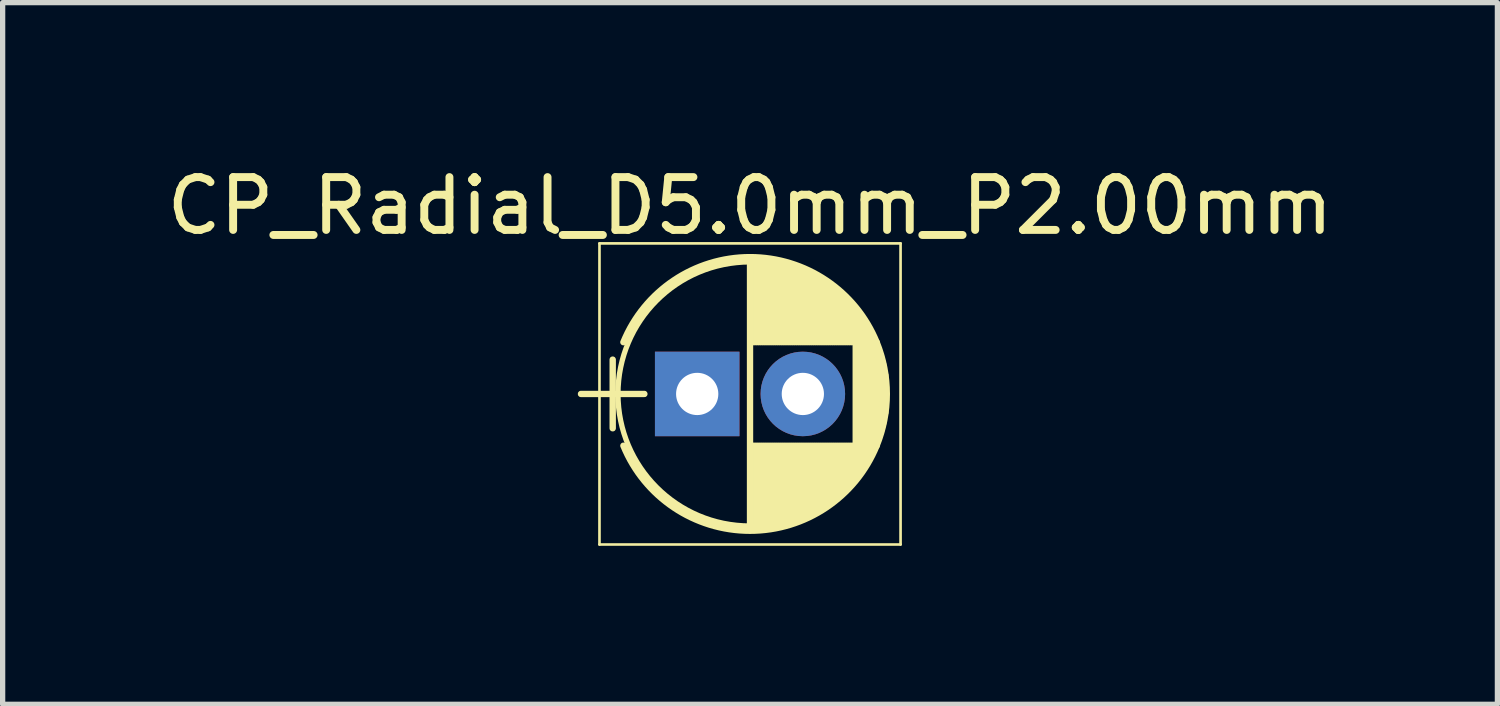
<source format=kicad_pcb>
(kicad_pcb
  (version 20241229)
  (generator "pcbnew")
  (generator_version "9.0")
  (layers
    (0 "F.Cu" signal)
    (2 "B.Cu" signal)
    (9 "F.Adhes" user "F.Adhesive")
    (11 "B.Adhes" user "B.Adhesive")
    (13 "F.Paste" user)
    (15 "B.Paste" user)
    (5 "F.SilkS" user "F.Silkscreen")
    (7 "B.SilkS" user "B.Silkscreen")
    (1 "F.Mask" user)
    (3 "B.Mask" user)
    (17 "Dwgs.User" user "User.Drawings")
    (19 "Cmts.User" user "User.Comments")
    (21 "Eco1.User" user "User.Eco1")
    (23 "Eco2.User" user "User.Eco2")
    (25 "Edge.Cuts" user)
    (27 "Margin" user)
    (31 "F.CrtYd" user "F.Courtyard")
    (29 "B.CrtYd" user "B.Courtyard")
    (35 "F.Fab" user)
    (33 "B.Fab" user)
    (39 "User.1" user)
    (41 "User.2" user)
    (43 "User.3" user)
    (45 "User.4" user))
  (footprint "CP_Radial_D5.0mm_P2.00mm"
    (layer "F.Cu")
    (at 10.149 4.408)
    (property "Reference" "CP_Radial_D5.0mm_P2.00mm" (at 1 -3.56 0) (layer "F.SilkS") (effects (font (size 1 1) (thickness 0.15))))
    (attr through_hole)
    (fp_line (start -2.2 0) (end -1 0) (stroke (width 0.1) (type solid)) (layer "F.SilkS"))
    (fp_line (start -2.2 0) (end -1 0) (stroke (width 0.12) (type solid)) (layer "F.SilkS"))
    (fp_line (start -1.85 -2.85) (end -1.85 2.85) (stroke (width 0.05) (type solid)) (layer "F.SilkS"))
    (fp_line (start -1.85 2.85) (end 3.85 2.85) (stroke (width 0.05) (type solid)) (layer "F.SilkS"))
    (fp_line (start -1.6 -0.65) (end -1.6 0.65) (stroke (width 0.1) (type solid)) (layer "F.SilkS"))
    (fp_line (start -1.6 -0.65) (end -1.6 0.65) (stroke (width 0.12) (type solid)) (layer "F.SilkS"))
    (fp_line (start 1 -2.55) (end 1 2.55) (stroke (width 0.12) (type solid)) (layer "F.SilkS"))
    (fp_line (start 1.04 -2.55) (end 1.04 -0.98) (stroke (width 0.12) (type solid)) (layer "F.SilkS"))
    (fp_line (start 1.04 0.98) (end 1.04 2.55) (stroke (width 0.12) (type solid)) (layer "F.SilkS"))
    (fp_line (start 1.08 -2.549) (end 1.08 -0.98) (stroke (width 0.12) (type solid)) (layer "F.SilkS"))
    (fp_line (start 1.08 0.98) (end 1.08 2.549) (stroke (width 0.12) (type solid)) (layer "F.SilkS"))
    (fp_line (start 1.12 -2.548) (end 1.12 -0.98) (stroke (width 0.12) (type solid)) (layer "F.SilkS"))
    (fp_line (start 1.12 0.98) (end 1.12 2.548) (stroke (width 0.12) (type solid)) (layer "F.SilkS"))
    (fp_line (start 1.16 -2.546) (end 1.16 -0.98) (stroke (width 0.12) (type solid)) (layer "F.SilkS"))
    (fp_line (start 1.16 0.98) (end 1.16 2.546) (stroke (width 0.12) (type solid)) (layer "F.SilkS"))
    (fp_line (start 1.2 -2.543) (end 1.2 -0.98) (stroke (width 0.12) (type solid)) (layer "F.SilkS"))
    (fp_line (start 1.2 0.98) (end 1.2 2.543) (stroke (width 0.12) (type solid)) (layer "F.SilkS"))
    (fp_line (start 1.24 -2.539) (end 1.24 -0.98) (stroke (width 0.12) (type solid)) (layer "F.SilkS"))
    (fp_line (start 1.24 0.98) (end 1.24 2.539) (stroke (width 0.12) (type solid)) (layer "F.SilkS"))
    (fp_line (start 1.28 -2.535) (end 1.28 -0.98) (stroke (width 0.12) (type solid)) (layer "F.SilkS"))
    (fp_line (start 1.28 0.98) (end 1.28 2.535) (stroke (width 0.12) (type solid)) (layer "F.SilkS"))
    (fp_line (start 1.32 -2.531) (end 1.32 -0.98) (stroke (width 0.12) (type solid)) (layer "F.SilkS"))
    (fp_line (start 1.32 0.98) (end 1.32 2.531) (stroke (width 0.12) (type solid)) (layer "F.SilkS"))
    (fp_line (start 1.36 -2.525) (end 1.36 -0.98) (stroke (width 0.12) (type solid)) (layer "F.SilkS"))
    (fp_line (start 1.36 0.98) (end 1.36 2.525) (stroke (width 0.12) (type solid)) (layer "F.SilkS"))
    (fp_line (start 1.4 -2.519) (end 1.4 -0.98) (stroke (width 0.12) (type solid)) (layer "F.SilkS"))
    (fp_line (start 1.4 0.98) (end 1.4 2.519) (stroke (width 0.12) (type solid)) (layer "F.SilkS"))
    (fp_line (start 1.44 -2.513) (end 1.44 -0.98) (stroke (width 0.12) (type solid)) (layer "F.SilkS"))
    (fp_line (start 1.44 0.98) (end 1.44 2.513) (stroke (width 0.12) (type solid)) (layer "F.SilkS"))
    (fp_line (start 1.48 -2.506) (end 1.48 -0.98) (stroke (width 0.12) (type solid)) (layer "F.SilkS"))
    (fp_line (start 1.48 0.98) (end 1.48 2.506) (stroke (width 0.12) (type solid)) (layer "F.SilkS"))
    (fp_line (start 1.52 -2.498) (end 1.52 -0.98) (stroke (width 0.12) (type solid)) (layer "F.SilkS"))
    (fp_line (start 1.52 0.98) (end 1.52 2.498) (stroke (width 0.12) (type solid)) (layer "F.SilkS"))
    (fp_line (start 1.56 -2.489) (end 1.56 -0.98) (stroke (width 0.12) (type solid)) (layer "F.SilkS"))
    (fp_line (start 1.56 0.98) (end 1.56 2.489) (stroke (width 0.12) (type solid)) (layer "F.SilkS"))
    (fp_line (start 1.6 -2.48) (end 1.6 -0.98) (stroke (width 0.12) (type solid)) (layer "F.SilkS"))
    (fp_line (start 1.6 0.98) (end 1.6 2.48) (stroke (width 0.12) (type solid)) (layer "F.SilkS"))
    (fp_line (start 1.64 -2.47) (end 1.64 -0.98) (stroke (width 0.12) (type solid)) (layer "F.SilkS"))
    (fp_line (start 1.64 0.98) (end 1.64 2.47) (stroke (width 0.12) (type solid)) (layer "F.SilkS"))
    (fp_line (start 1.68 -2.46) (end 1.68 -0.98) (stroke (width 0.12) (type solid)) (layer "F.SilkS"))
    (fp_line (start 1.68 0.98) (end 1.68 2.46) (stroke (width 0.12) (type solid)) (layer "F.SilkS"))
    (fp_line (start 1.721 -2.448) (end 1.721 -0.98) (stroke (width 0.12) (type solid)) (layer "F.SilkS"))
    (fp_line (start 1.721 0.98) (end 1.721 2.448) (stroke (width 0.12) (type solid)) (layer "F.SilkS"))
    (fp_line (start 1.761 -2.436) (end 1.761 -0.98) (stroke (width 0.12) (type solid)) (layer "F.SilkS"))
    (fp_line (start 1.761 0.98) (end 1.761 2.436) (stroke (width 0.12) (type solid)) (layer "F.SilkS"))
    (fp_line (start 1.801 -2.424) (end 1.801 -0.98) (stroke (width 0.12) (type solid)) (layer "F.SilkS"))
    (fp_line (start 1.801 0.98) (end 1.801 2.424) (stroke (width 0.12) (type solid)) (layer "F.SilkS"))
    (fp_line (start 1.841 -2.41) (end 1.841 -0.98) (stroke (width 0.12) (type solid)) (layer "F.SilkS"))
    (fp_line (start 1.841 0.98) (end 1.841 2.41) (stroke (width 0.12) (type solid)) (layer "F.SilkS"))
    (fp_line (start 1.881 -2.396) (end 1.881 -0.98) (stroke (width 0.12) (type solid)) (layer "F.SilkS"))
    (fp_line (start 1.881 0.98) (end 1.881 2.396) (stroke (width 0.12) (type solid)) (layer "F.SilkS"))
    (fp_line (start 1.921 -2.382) (end 1.921 -0.98) (stroke (width 0.12) (type solid)) (layer "F.SilkS"))
    (fp_line (start 1.921 0.98) (end 1.921 2.382) (stroke (width 0.12) (type solid)) (layer "F.SilkS"))
    (fp_line (start 1.961 -2.366) (end 1.961 -0.98) (stroke (width 0.12) (type solid)) (layer "F.SilkS"))
    (fp_line (start 1.961 0.98) (end 1.961 2.366) (stroke (width 0.12) (type solid)) (layer "F.SilkS"))
    (fp_line (start 2.001 -2.35) (end 2.001 -0.98) (stroke (width 0.12) (type solid)) (layer "F.SilkS"))
    (fp_line (start 2.001 0.98) (end 2.001 2.35) (stroke (width 0.12) (type solid)) (layer "F.SilkS"))
    (fp_line (start 2.041 -2.333) (end 2.041 -0.98) (stroke (width 0.12) (type solid)) (layer "F.SilkS"))
    (fp_line (start 2.041 0.98) (end 2.041 2.333) (stroke (width 0.12) (type solid)) (layer "F.SilkS"))
    (fp_line (start 2.081 -2.315) (end 2.081 -0.98) (stroke (width 0.12) (type solid)) (layer "F.SilkS"))
    (fp_line (start 2.081 0.98) (end 2.081 2.315) (stroke (width 0.12) (type solid)) (layer "F.SilkS"))
    (fp_line (start 2.121 -2.296) (end 2.121 -0.98) (stroke (width 0.12) (type solid)) (layer "F.SilkS"))
    (fp_line (start 2.121 0.98) (end 2.121 2.296) (stroke (width 0.12) (type solid)) (layer "F.SilkS"))
    (fp_line (start 2.161 -2.276) (end 2.161 -0.98) (stroke (width 0.12) (type solid)) (layer "F.SilkS"))
    (fp_line (start 2.161 0.98) (end 2.161 2.276) (stroke (width 0.12) (type solid)) (layer "F.SilkS"))
    (fp_line (start 2.201 -2.256) (end 2.201 -0.98) (stroke (width 0.12) (type solid)) (layer "F.SilkS"))
    (fp_line (start 2.201 0.98) (end 2.201 2.256) (stroke (width 0.12) (type solid)) (layer "F.SilkS"))
    (fp_line (start 2.241 -2.234) (end 2.241 -0.98) (stroke (width 0.12) (type solid)) (layer "F.SilkS"))
    (fp_line (start 2.241 0.98) (end 2.241 2.234) (stroke (width 0.12) (type solid)) (layer "F.SilkS"))
    (fp_line (start 2.281 -2.212) (end 2.281 -0.98) (stroke (width 0.12) (type solid)) (layer "F.SilkS"))
    (fp_line (start 2.281 0.98) (end 2.281 2.212) (stroke (width 0.12) (type solid)) (layer "F.SilkS"))
    (fp_line (start 2.321 -2.189) (end 2.321 -0.98) (stroke (width 0.12) (type solid)) (layer "F.SilkS"))
    (fp_line (start 2.321 0.98) (end 2.321 2.189) (stroke (width 0.12) (type solid)) (layer "F.SilkS"))
    (fp_line (start 2.361 -2.165) (end 2.361 -0.98) (stroke (width 0.12) (type solid)) (layer "F.SilkS"))
    (fp_line (start 2.361 0.98) (end 2.361 2.165) (stroke (width 0.12) (type solid)) (layer "F.SilkS"))
    (fp_line (start 2.401 -2.14) (end 2.401 -0.98) (stroke (width 0.12) (type solid)) (layer "F.SilkS"))
    (fp_line (start 2.401 0.98) (end 2.401 2.14) (stroke (width 0.12) (type solid)) (layer "F.SilkS"))
    (fp_line (start 2.441 -2.113) (end 2.441 -0.98) (stroke (width 0.12) (type solid)) (layer "F.SilkS"))
    (fp_line (start 2.441 0.98) (end 2.441 2.113) (stroke (width 0.12) (type solid)) (layer "F.SilkS"))
    (fp_line (start 2.481 -2.086) (end 2.481 -0.98) (stroke (width 0.12) (type solid)) (layer "F.SilkS"))
    (fp_line (start 2.481 0.98) (end 2.481 2.086) (stroke (width 0.12) (type solid)) (layer "F.SilkS"))
    (fp_line (start 2.521 -2.058) (end 2.521 -0.98) (stroke (width 0.12) (type solid)) (layer "F.SilkS"))
    (fp_line (start 2.521 0.98) (end 2.521 2.058) (stroke (width 0.12) (type solid)) (layer "F.SilkS"))
    (fp_line (start 2.561 -2.028) (end 2.561 -0.98) (stroke (width 0.12) (type solid)) (layer "F.SilkS"))
    (fp_line (start 2.561 0.98) (end 2.561 2.028) (stroke (width 0.12) (type solid)) (layer "F.SilkS"))
    (fp_line (start 2.601 -1.997) (end 2.601 -0.98) (stroke (width 0.12) (type solid)) (layer "F.SilkS"))
    (fp_line (start 2.601 0.98) (end 2.601 1.997) (stroke (width 0.12) (type solid)) (layer "F.SilkS"))
    (fp_line (start 2.641 -1.965) (end 2.641 -0.98) (stroke (width 0.12) (type solid)) (layer "F.SilkS"))
    (fp_line (start 2.641 0.98) (end 2.641 1.965) (stroke (width 0.12) (type solid)) (layer "F.SilkS"))
    (fp_line (start 2.681 -1.932) (end 2.681 -0.98) (stroke (width 0.12) (type solid)) (layer "F.SilkS"))
    (fp_line (start 2.681 0.98) (end 2.681 1.932) (stroke (width 0.12) (type solid)) (layer "F.SilkS"))
    (fp_line (start 2.721 -1.897) (end 2.721 -0.98) (stroke (width 0.12) (type solid)) (layer "F.SilkS"))
    (fp_line (start 2.721 0.98) (end 2.721 1.897) (stroke (width 0.12) (type solid)) (layer "F.SilkS"))
    (fp_line (start 2.761 -1.861) (end 2.761 -0.98) (stroke (width 0.12) (type solid)) (layer "F.SilkS"))
    (fp_line (start 2.761 0.98) (end 2.761 1.861) (stroke (width 0.12) (type solid)) (layer "F.SilkS"))
    (fp_line (start 2.801 -1.823) (end 2.801 -0.98) (stroke (width 0.12) (type solid)) (layer "F.SilkS"))
    (fp_line (start 2.801 0.98) (end 2.801 1.823) (stroke (width 0.12) (type solid)) (layer "F.SilkS"))
    (fp_line (start 2.841 -1.783) (end 2.841 -0.98) (stroke (width 0.12) (type solid)) (layer "F.SilkS"))
    (fp_line (start 2.841 0.98) (end 2.841 1.783) (stroke (width 0.12) (type solid)) (layer "F.SilkS"))
    (fp_line (start 2.881 -1.742) (end 2.881 -0.98) (stroke (width 0.12) (type solid)) (layer "F.SilkS"))
    (fp_line (start 2.881 0.98) (end 2.881 1.742) (stroke (width 0.12) (type solid)) (layer "F.SilkS"))
    (fp_line (start 2.921 -1.699) (end 2.921 -0.98) (stroke (width 0.12) (type solid)) (layer "F.SilkS"))
    (fp_line (start 2.921 0.98) (end 2.921 1.699) (stroke (width 0.12) (type solid)) (layer "F.SilkS"))
    (fp_line (start 2.961 -1.654) (end 2.961 -0.98) (stroke (width 0.12) (type solid)) (layer "F.SilkS"))
    (fp_line (start 2.961 0.98) (end 2.961 1.654) (stroke (width 0.12) (type solid)) (layer "F.SilkS"))
    (fp_line (start 3.001 -1.606) (end 3.001 1.606) (stroke (width 0.12) (type solid)) (layer "F.SilkS"))
    (fp_line (start 3.041 -1.556) (end 3.041 1.556) (stroke (width 0.12) (type solid)) (layer "F.SilkS"))
    (fp_line (start 3.081 -1.504) (end 3.081 1.504) (stroke (width 0.12) (type solid)) (layer "F.SilkS"))
    (fp_line (start 3.121 -1.448) (end 3.121 1.448) (stroke (width 0.12) (type solid)) (layer "F.SilkS"))
    (fp_line (start 3.161 -1.39) (end 3.161 1.39) (stroke (width 0.12) (type solid)) (layer "F.SilkS"))
    (fp_line (start 3.201 -1.327) (end 3.201 1.327) (stroke (width 0.12) (type solid)) (layer "F.SilkS"))
    (fp_line (start 3.241 -1.261) (end 3.241 1.261) (stroke (width 0.12) (type solid)) (layer "F.SilkS"))
    (fp_line (start 3.281 -1.189) (end 3.281 1.189) (stroke (width 0.12) (type solid)) (layer "F.SilkS"))
    (fp_line (start 3.321 -1.112) (end 3.321 1.112) (stroke (width 0.12) (type solid)) (layer "F.SilkS"))
    (fp_line (start 3.361 -1.028) (end 3.361 1.028) (stroke (width 0.12) (type solid)) (layer "F.SilkS"))
    (fp_line (start 3.401 -0.934) (end 3.401 0.934) (stroke (width 0.12) (type solid)) (layer "F.SilkS"))
    (fp_line (start 3.441 -0.829) (end 3.441 0.829) (stroke (width 0.12) (type solid)) (layer "F.SilkS"))
    (fp_line (start 3.481 -0.707) (end 3.481 0.707) (stroke (width 0.12) (type solid)) (layer "F.SilkS"))
    (fp_line (start 3.521 -0.559) (end 3.521 0.559) (stroke (width 0.12) (type solid)) (layer "F.SilkS"))
    (fp_line (start 3.561 -0.354) (end 3.561 0.354) (stroke (width 0.12) (type solid)) (layer "F.SilkS"))
    (fp_line (start 3.85 -2.85) (end -1.85 -2.85) (stroke (width 0.05) (type solid)) (layer "F.SilkS"))
    (fp_line (start 3.85 2.85) (end 3.85 -2.85) (stroke (width 0.05) (type solid)) (layer "F.SilkS"))
    (fp_arc (start -1.397436 -0.98) (mid 0.999244 -2.59) (end 3.396863 -0.9814) (stroke (width 0.12) (type solid)) (layer "F.SilkS"))
    (fp_arc (start 3.396863 0.9814) (mid 0.999244 2.59) (end -1.397436 0.98) (stroke (width 0.12) (type solid)) (layer "F.SilkS"))
    (fp_arc (start 3.397436 -0.98) (mid 3.59 0.000756) (end 3.396863 0.9814) (stroke (width 0.12) (type solid)) (layer "F.SilkS"))
    (fp_circle (center 1 0) (end 3.5 0) (stroke (width 0.1) (type solid)) (fill no) (layer "F.SilkS"))
    (pad "1" thru_hole rect (at 0 0) (size 1.6 1.6) (drill 0.8) (layers "*.Cu" "*.Mask"))
    (pad "2" thru_hole circle (at 2 0) (size 1.6 1.6) (drill 0.8) (layers "*.Cu" "*.Mask")))
  (gr_rect
    (start -3 -3)
    (end 25.298 10.283)
    (stroke (width 0.1) (type default))
    (fill no)
    (layer "Edge.Cuts")))
</source>
